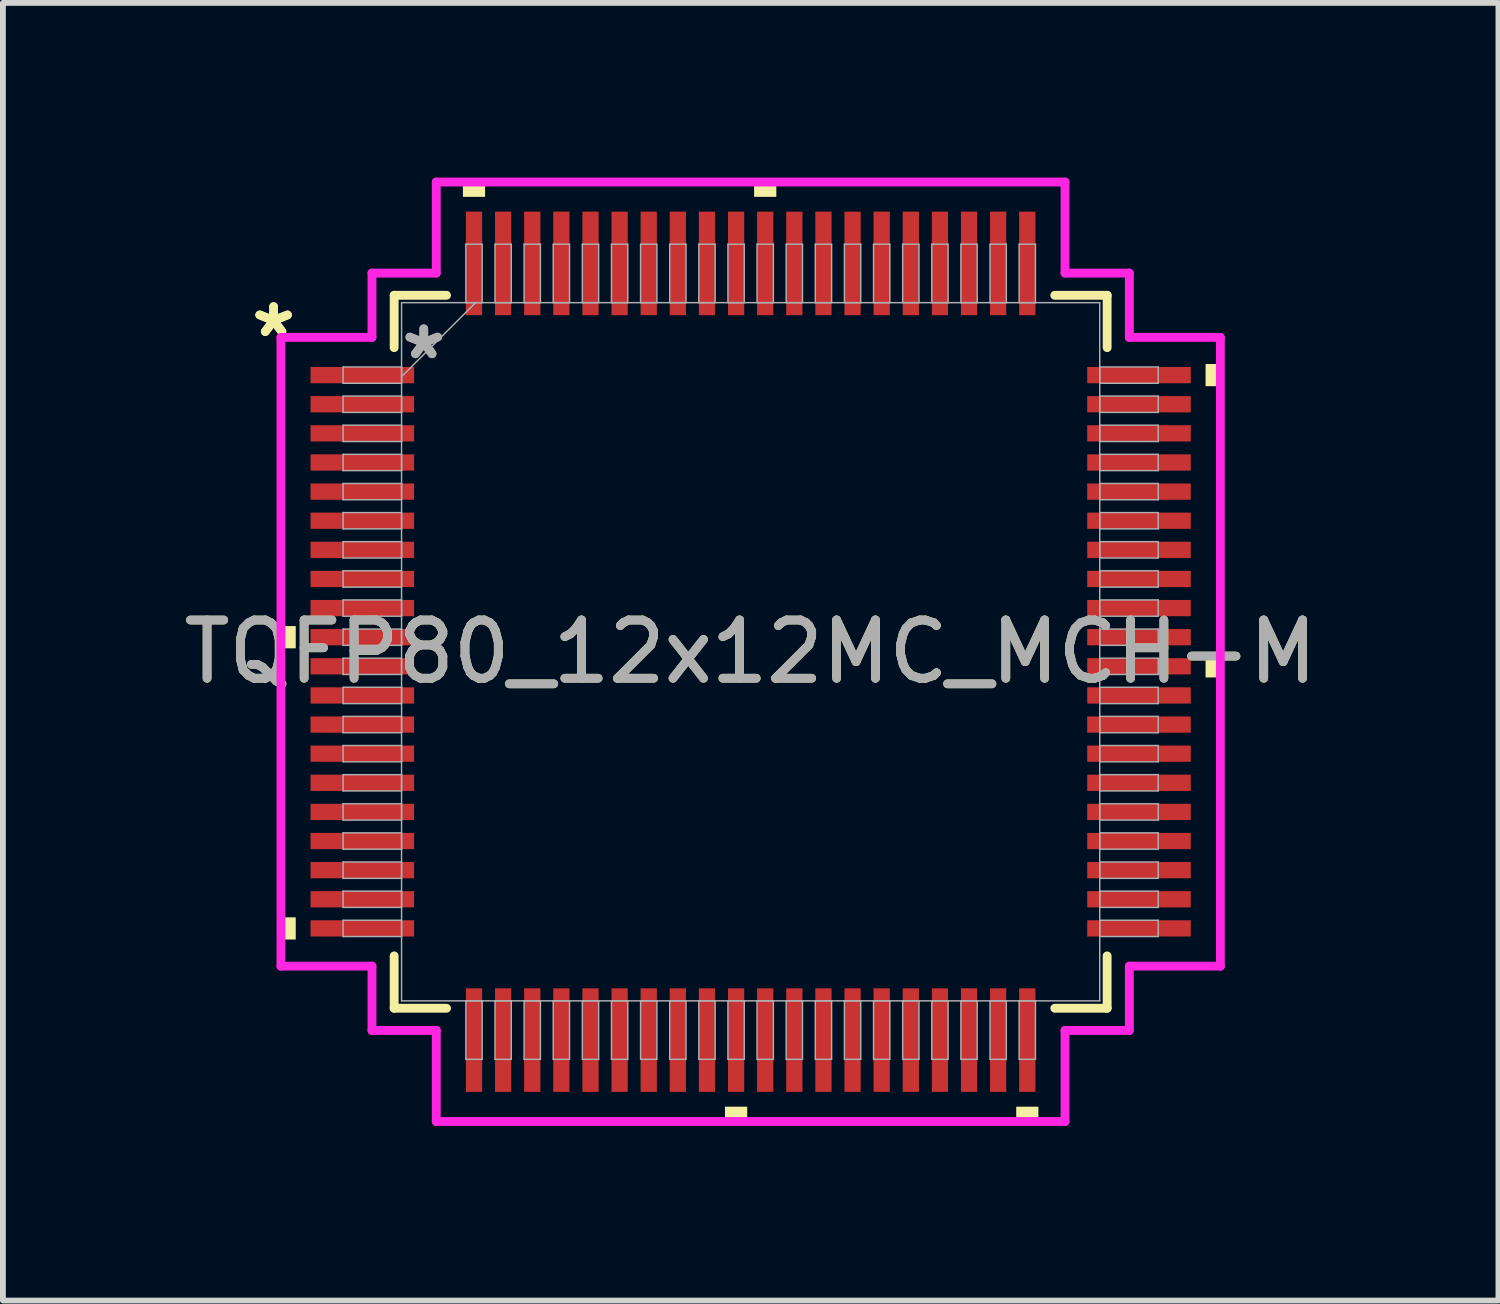
<source format=kicad_pcb>
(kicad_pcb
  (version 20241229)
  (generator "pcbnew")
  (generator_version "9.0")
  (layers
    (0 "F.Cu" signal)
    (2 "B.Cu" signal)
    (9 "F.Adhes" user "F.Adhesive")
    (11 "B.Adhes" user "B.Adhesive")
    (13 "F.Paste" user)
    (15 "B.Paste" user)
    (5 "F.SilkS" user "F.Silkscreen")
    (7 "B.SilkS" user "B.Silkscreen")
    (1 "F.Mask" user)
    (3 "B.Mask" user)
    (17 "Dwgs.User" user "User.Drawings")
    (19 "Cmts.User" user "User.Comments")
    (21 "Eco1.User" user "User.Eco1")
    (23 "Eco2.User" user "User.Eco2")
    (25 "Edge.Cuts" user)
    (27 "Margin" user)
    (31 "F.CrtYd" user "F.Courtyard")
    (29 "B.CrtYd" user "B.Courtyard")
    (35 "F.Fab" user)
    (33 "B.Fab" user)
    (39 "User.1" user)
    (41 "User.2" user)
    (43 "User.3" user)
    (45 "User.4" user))
  (footprint "TQFP80_12x12MC_MCH-M"
    (layer "F.Cu")
    (at 9.839 8.141)
    (property "Reference" "TQFP80_12x12MC_MCH-M" (at 0 0 0) (unlocked yes) (layer "F.SilkS") (effects (font (size 1 1) (thickness 0.15))))
    (attr smd)
    (fp_line (start -6.121 -6.121) (end -6.121 -5.222) (stroke (width 0.152) (type solid)) (layer "F.SilkS"))
    (fp_line (start -6.121 5.222) (end -6.121 6.121) (stroke (width 0.152) (type solid)) (layer "F.SilkS"))
    (fp_line (start -6.121 6.121) (end -5.222 6.121) (stroke (width 0.152) (type solid)) (layer "F.SilkS"))
    (fp_line (start -5.222 -6.121) (end -6.121 -6.121) (stroke (width 0.152) (type solid)) (layer "F.SilkS"))
    (fp_line (start 5.222 6.121) (end 6.121 6.121) (stroke (width 0.152) (type solid)) (layer "F.SilkS"))
    (fp_line (start 6.121 -6.121) (end 5.222 -6.121) (stroke (width 0.152) (type solid)) (layer "F.SilkS"))
    (fp_line (start 6.121 -5.222) (end 6.121 -6.121) (stroke (width 0.152) (type solid)) (layer "F.SilkS"))
    (fp_line (start 6.121 6.121) (end 6.121 5.222) (stroke (width 0.152) (type solid)) (layer "F.SilkS"))
    (fp_poly (pts (xy -8.065 -0.441) (xy -8.065 -0.059) (xy -7.811 -0.059) (xy -7.811 -0.441)) (stroke (width 0) (type solid)) (fill yes) (layer "F.SilkS"))
    (fp_poly (pts (xy -8.065 4.56) (xy -8.065 4.941) (xy -7.811 4.941) (xy -7.811 4.56)) (stroke (width 0) (type solid)) (fill yes) (layer "F.SilkS"))
    (fp_poly (pts (xy -4.941 -7.811) (xy -4.941 -8.065) (xy -4.56 -8.065) (xy -4.56 -7.811)) (stroke (width 0) (type solid)) (fill yes) (layer "F.SilkS"))
    (fp_poly (pts (xy -0.441 7.811) (xy -0.441 8.065) (xy -0.059 8.065) (xy -0.059 7.811)) (stroke (width 0) (type solid)) (fill yes) (layer "F.SilkS"))
    (fp_poly (pts (xy 0.059 -7.811) (xy 0.059 -8.065) (xy 0.441 -8.065) (xy 0.441 -7.811)) (stroke (width 0) (type solid)) (fill yes) (layer "F.SilkS"))
    (fp_poly (pts (xy 4.56 7.811) (xy 4.56 8.065) (xy 4.941 8.065) (xy 4.941 7.811)) (stroke (width 0) (type solid)) (fill yes) (layer "F.SilkS"))
    (fp_poly (pts (xy 8.065 -4.941) (xy 8.065 -4.56) (xy 7.811 -4.56) (xy 7.811 -4.941)) (stroke (width 0) (type solid)) (fill yes) (layer "F.SilkS"))
    (fp_poly (pts (xy 8.065 0.059) (xy 8.065 0.441) (xy 7.811 0.441) (xy 7.811 0.059)) (stroke (width 0) (type solid)) (fill yes) (layer "F.SilkS"))
    (fp_line (start -8.065 -5.398) (end -6.502 -5.398) (stroke (width 0.152) (type solid)) (layer "F.CrtYd"))
    (fp_line (start -8.065 5.398) (end -8.065 -5.398) (stroke (width 0.152) (type solid)) (layer "F.CrtYd"))
    (fp_line (start -6.502 -6.502) (end -5.398 -6.502) (stroke (width 0.152) (type solid)) (layer "F.CrtYd"))
    (fp_line (start -6.502 -5.398) (end -6.502 -6.502) (stroke (width 0.152) (type solid)) (layer "F.CrtYd"))
    (fp_line (start -6.502 5.398) (end -8.065 5.398) (stroke (width 0.152) (type solid)) (layer "F.CrtYd"))
    (fp_line (start -6.502 6.502) (end -6.502 5.398) (stroke (width 0.152) (type solid)) (layer "F.CrtYd"))
    (fp_line (start -6.502 6.502) (end -5.398 6.502) (stroke (width 0.152) (type solid)) (layer "F.CrtYd"))
    (fp_line (start -5.398 -8.065) (end 5.398 -8.065) (stroke (width 0.152) (type solid)) (layer "F.CrtYd"))
    (fp_line (start -5.398 -6.502) (end -5.398 -8.065) (stroke (width 0.152) (type solid)) (layer "F.CrtYd"))
    (fp_line (start -5.398 6.502) (end -5.398 8.065) (stroke (width 0.152) (type solid)) (layer "F.CrtYd"))
    (fp_line (start -5.398 8.065) (end 5.398 8.065) (stroke (width 0.152) (type solid)) (layer "F.CrtYd"))
    (fp_line (start 5.398 -8.065) (end 5.398 -6.502) (stroke (width 0.152) (type solid)) (layer "F.CrtYd"))
    (fp_line (start 5.398 -6.502) (end 6.502 -6.502) (stroke (width 0.152) (type solid)) (layer "F.CrtYd"))
    (fp_line (start 5.398 6.502) (end 6.502 6.502) (stroke (width 0.152) (type solid)) (layer "F.CrtYd"))
    (fp_line (start 5.398 8.065) (end 5.398 6.502) (stroke (width 0.152) (type solid)) (layer "F.CrtYd"))
    (fp_line (start 6.502 -5.398) (end 6.502 -6.502) (stroke (width 0.152) (type solid)) (layer "F.CrtYd"))
    (fp_line (start 6.502 5.398) (end 8.065 5.398) (stroke (width 0.152) (type solid)) (layer "F.CrtYd"))
    (fp_line (start 6.502 6.502) (end 6.502 5.398) (stroke (width 0.152) (type solid)) (layer "F.CrtYd"))
    (fp_line (start 8.065 -5.398) (end 6.502 -5.398) (stroke (width 0.152) (type solid)) (layer "F.CrtYd"))
    (fp_line (start 8.065 5.398) (end 8.065 -5.398) (stroke (width 0.152) (type solid)) (layer "F.CrtYd"))
    (fp_line (start -6.998 -4.89) (end -6.998 -4.61) (stroke (width 0.025) (type solid)) (layer "F.Fab"))
    (fp_line (start -6.998 -4.61) (end -5.994 -4.61) (stroke (width 0.025) (type solid)) (layer "F.Fab"))
    (fp_line (start -6.998 -4.39) (end -6.998 -4.11) (stroke (width 0.025) (type solid)) (layer "F.Fab"))
    (fp_line (start -6.998 -4.11) (end -5.994 -4.11) (stroke (width 0.025) (type solid)) (layer "F.Fab"))
    (fp_line (start -6.998 -3.89) (end -6.998 -3.61) (stroke (width 0.025) (type solid)) (layer "F.Fab"))
    (fp_line (start -6.998 -3.61) (end -5.994 -3.61) (stroke (width 0.025) (type solid)) (layer "F.Fab"))
    (fp_line (start -6.998 -3.39) (end -6.998 -3.11) (stroke (width 0.025) (type solid)) (layer "F.Fab"))
    (fp_line (start -6.998 -3.11) (end -5.994 -3.11) (stroke (width 0.025) (type solid)) (layer "F.Fab"))
    (fp_line (start -6.998 -2.89) (end -6.998 -2.61) (stroke (width 0.025) (type solid)) (layer "F.Fab"))
    (fp_line (start -6.998 -2.61) (end -5.994 -2.61) (stroke (width 0.025) (type solid)) (layer "F.Fab"))
    (fp_line (start -6.998 -2.39) (end -6.998 -2.11) (stroke (width 0.025) (type solid)) (layer "F.Fab"))
    (fp_line (start -6.998 -2.11) (end -5.994 -2.11) (stroke (width 0.025) (type solid)) (layer "F.Fab"))
    (fp_line (start -6.998 -1.89) (end -6.998 -1.61) (stroke (width 0.025) (type solid)) (layer "F.Fab"))
    (fp_line (start -6.998 -1.61) (end -5.994 -1.61) (stroke (width 0.025) (type solid)) (layer "F.Fab"))
    (fp_line (start -6.998 -1.39) (end -6.998 -1.11) (stroke (width 0.025) (type solid)) (layer "F.Fab"))
    (fp_line (start -6.998 -1.11) (end -5.994 -1.11) (stroke (width 0.025) (type solid)) (layer "F.Fab"))
    (fp_line (start -6.998 -0.89) (end -6.998 -0.61) (stroke (width 0.025) (type solid)) (layer "F.Fab"))
    (fp_line (start -6.998 -0.61) (end -5.994 -0.61) (stroke (width 0.025) (type solid)) (layer "F.Fab"))
    (fp_line (start -6.998 -0.39) (end -6.998 -0.11) (stroke (width 0.025) (type solid)) (layer "F.Fab"))
    (fp_line (start -6.998 -0.11) (end -5.994 -0.11) (stroke (width 0.025) (type solid)) (layer "F.Fab"))
    (fp_line (start -6.998 0.11) (end -6.998 0.39) (stroke (width 0.025) (type solid)) (layer "F.Fab"))
    (fp_line (start -6.998 0.39) (end -5.994 0.39) (stroke (width 0.025) (type solid)) (layer "F.Fab"))
    (fp_line (start -6.998 0.61) (end -6.998 0.89) (stroke (width 0.025) (type solid)) (layer "F.Fab"))
    (fp_line (start -6.998 0.89) (end -5.994 0.89) (stroke (width 0.025) (type solid)) (layer "F.Fab"))
    (fp_line (start -6.998 1.11) (end -6.998 1.39) (stroke (width 0.025) (type solid)) (layer "F.Fab"))
    (fp_line (start -6.998 1.39) (end -5.994 1.39) (stroke (width 0.025) (type solid)) (layer "F.Fab"))
    (fp_line (start -6.998 1.61) (end -6.998 1.89) (stroke (width 0.025) (type solid)) (layer "F.Fab"))
    (fp_line (start -6.998 1.89) (end -5.994 1.89) (stroke (width 0.025) (type solid)) (layer "F.Fab"))
    (fp_line (start -6.998 2.11) (end -6.998 2.39) (stroke (width 0.025) (type solid)) (layer "F.Fab"))
    (fp_line (start -6.998 2.39) (end -5.994 2.39) (stroke (width 0.025) (type solid)) (layer "F.Fab"))
    (fp_line (start -6.998 2.61) (end -6.998 2.89) (stroke (width 0.025) (type solid)) (layer "F.Fab"))
    (fp_line (start -6.998 2.89) (end -5.994 2.89) (stroke (width 0.025) (type solid)) (layer "F.Fab"))
    (fp_line (start -6.998 3.11) (end -6.998 3.39) (stroke (width 0.025) (type solid)) (layer "F.Fab"))
    (fp_line (start -6.998 3.39) (end -5.994 3.39) (stroke (width 0.025) (type solid)) (layer "F.Fab"))
    (fp_line (start -6.998 3.61) (end -6.998 3.89) (stroke (width 0.025) (type solid)) (layer "F.Fab"))
    (fp_line (start -6.998 3.89) (end -5.994 3.89) (stroke (width 0.025) (type solid)) (layer "F.Fab"))
    (fp_line (start -6.998 4.11) (end -6.998 4.39) (stroke (width 0.025) (type solid)) (layer "F.Fab"))
    (fp_line (start -6.998 4.39) (end -5.994 4.39) (stroke (width 0.025) (type solid)) (layer "F.Fab"))
    (fp_line (start -6.998 4.61) (end -6.998 4.89) (stroke (width 0.025) (type solid)) (layer "F.Fab"))
    (fp_line (start -6.998 4.89) (end -5.994 4.89) (stroke (width 0.025) (type solid)) (layer "F.Fab"))
    (fp_line (start -5.994 -5.994) (end -5.994 5.994) (stroke (width 0.025) (type solid)) (layer "F.Fab"))
    (fp_line (start -5.994 -4.89) (end -6.998 -4.89) (stroke (width 0.025) (type solid)) (layer "F.Fab"))
    (fp_line (start -5.994 -4.724) (end -4.724 -5.994) (stroke (width 0.025) (type solid)) (layer "F.Fab"))
    (fp_line (start -5.994 -4.61) (end -5.994 -4.89) (stroke (width 0.025) (type solid)) (layer "F.Fab"))
    (fp_line (start -5.994 -4.39) (end -6.998 -4.39) (stroke (width 0.025) (type solid)) (layer "F.Fab"))
    (fp_line (start -5.994 -4.11) (end -5.994 -4.39) (stroke (width 0.025) (type solid)) (layer "F.Fab"))
    (fp_line (start -5.994 -3.89) (end -6.998 -3.89) (stroke (width 0.025) (type solid)) (layer "F.Fab"))
    (fp_line (start -5.994 -3.61) (end -5.994 -3.89) (stroke (width 0.025) (type solid)) (layer "F.Fab"))
    (fp_line (start -5.994 -3.39) (end -6.998 -3.39) (stroke (width 0.025) (type solid)) (layer "F.Fab"))
    (fp_line (start -5.994 -3.11) (end -5.994 -3.39) (stroke (width 0.025) (type solid)) (layer "F.Fab"))
    (fp_line (start -5.994 -2.89) (end -6.998 -2.89) (stroke (width 0.025) (type solid)) (layer "F.Fab"))
    (fp_line (start -5.994 -2.61) (end -5.994 -2.89) (stroke (width 0.025) (type solid)) (layer "F.Fab"))
    (fp_line (start -5.994 -2.39) (end -6.998 -2.39) (stroke (width 0.025) (type solid)) (layer "F.Fab"))
    (fp_line (start -5.994 -2.11) (end -5.994 -2.39) (stroke (width 0.025) (type solid)) (layer "F.Fab"))
    (fp_line (start -5.994 -1.89) (end -6.998 -1.89) (stroke (width 0.025) (type solid)) (layer "F.Fab"))
    (fp_line (start -5.994 -1.61) (end -5.994 -1.89) (stroke (width 0.025) (type solid)) (layer "F.Fab"))
    (fp_line (start -5.994 -1.39) (end -6.998 -1.39) (stroke (width 0.025) (type solid)) (layer "F.Fab"))
    (fp_line (start -5.994 -1.11) (end -5.994 -1.39) (stroke (width 0.025) (type solid)) (layer "F.Fab"))
    (fp_line (start -5.994 -0.89) (end -6.998 -0.89) (stroke (width 0.025) (type solid)) (layer "F.Fab"))
    (fp_line (start -5.994 -0.61) (end -5.994 -0.89) (stroke (width 0.025) (type solid)) (layer "F.Fab"))
    (fp_line (start -5.994 -0.39) (end -6.998 -0.39) (stroke (width 0.025) (type solid)) (layer "F.Fab"))
    (fp_line (start -5.994 -0.11) (end -5.994 -0.39) (stroke (width 0.025) (type solid)) (layer "F.Fab"))
    (fp_line (start -5.994 0.11) (end -6.998 0.11) (stroke (width 0.025) (type solid)) (layer "F.Fab"))
    (fp_line (start -5.994 0.39) (end -5.994 0.11) (stroke (width 0.025) (type solid)) (layer "F.Fab"))
    (fp_line (start -5.994 0.61) (end -6.998 0.61) (stroke (width 0.025) (type solid)) (layer "F.Fab"))
    (fp_line (start -5.994 0.89) (end -5.994 0.61) (stroke (width 0.025) (type solid)) (layer "F.Fab"))
    (fp_line (start -5.994 1.11) (end -6.998 1.11) (stroke (width 0.025) (type solid)) (layer "F.Fab"))
    (fp_line (start -5.994 1.39) (end -5.994 1.11) (stroke (width 0.025) (type solid)) (layer "F.Fab"))
    (fp_line (start -5.994 1.61) (end -6.998 1.61) (stroke (width 0.025) (type solid)) (layer "F.Fab"))
    (fp_line (start -5.994 1.89) (end -5.994 1.61) (stroke (width 0.025) (type solid)) (layer "F.Fab"))
    (fp_line (start -5.994 2.11) (end -6.998 2.11) (stroke (width 0.025) (type solid)) (layer "F.Fab"))
    (fp_line (start -5.994 2.39) (end -5.994 2.11) (stroke (width 0.025) (type solid)) (layer "F.Fab"))
    (fp_line (start -5.994 2.61) (end -6.998 2.61) (stroke (width 0.025) (type solid)) (layer "F.Fab"))
    (fp_line (start -5.994 2.89) (end -5.994 2.61) (stroke (width 0.025) (type solid)) (layer "F.Fab"))
    (fp_line (start -5.994 3.11) (end -6.998 3.11) (stroke (width 0.025) (type solid)) (layer "F.Fab"))
    (fp_line (start -5.994 3.39) (end -5.994 3.11) (stroke (width 0.025) (type solid)) (layer "F.Fab"))
    (fp_line (start -5.994 3.61) (end -6.998 3.61) (stroke (width 0.025) (type solid)) (layer "F.Fab"))
    (fp_line (start -5.994 3.89) (end -5.994 3.61) (stroke (width 0.025) (type solid)) (layer "F.Fab"))
    (fp_line (start -5.994 4.11) (end -6.998 4.11) (stroke (width 0.025) (type solid)) (layer "F.Fab"))
    (fp_line (start -5.994 4.39) (end -5.994 4.11) (stroke (width 0.025) (type solid)) (layer "F.Fab"))
    (fp_line (start -5.994 4.61) (end -6.998 4.61) (stroke (width 0.025) (type solid)) (layer "F.Fab"))
    (fp_line (start -5.994 4.89) (end -5.994 4.61) (stroke (width 0.025) (type solid)) (layer "F.Fab"))
    (fp_line (start -5.994 5.994) (end 5.994 5.994) (stroke (width 0.025) (type solid)) (layer "F.Fab"))
    (fp_line (start -4.89 -6.998) (end -4.89 -5.994) (stroke (width 0.025) (type solid)) (layer "F.Fab"))
    (fp_line (start -4.89 -5.994) (end -4.61 -5.994) (stroke (width 0.025) (type solid)) (layer "F.Fab"))
    (fp_line (start -4.89 5.994) (end -4.89 6.998) (stroke (width 0.025) (type solid)) (layer "F.Fab"))
    (fp_line (start -4.89 6.998) (end -4.61 6.998) (stroke (width 0.025) (type solid)) (layer "F.Fab"))
    (fp_line (start -4.61 -6.998) (end -4.89 -6.998) (stroke (width 0.025) (type solid)) (layer "F.Fab"))
    (fp_line (start -4.61 -5.994) (end -4.61 -6.998) (stroke (width 0.025) (type solid)) (layer "F.Fab"))
    (fp_line (start -4.61 5.994) (end -4.89 5.994) (stroke (width 0.025) (type solid)) (layer "F.Fab"))
    (fp_line (start -4.61 6.998) (end -4.61 5.994) (stroke (width 0.025) (type solid)) (layer "F.Fab"))
    (fp_line (start -4.39 -6.998) (end -4.39 -5.994) (stroke (width 0.025) (type solid)) (layer "F.Fab"))
    (fp_line (start -4.39 -5.994) (end -4.11 -5.994) (stroke (width 0.025) (type solid)) (layer "F.Fab"))
    (fp_line (start -4.39 5.994) (end -4.39 6.998) (stroke (width 0.025) (type solid)) (layer "F.Fab"))
    (fp_line (start -4.39 6.998) (end -4.11 6.998) (stroke (width 0.025) (type solid)) (layer "F.Fab"))
    (fp_line (start -4.11 -6.998) (end -4.39 -6.998) (stroke (width 0.025) (type solid)) (layer "F.Fab"))
    (fp_line (start -4.11 -5.994) (end -4.11 -6.998) (stroke (width 0.025) (type solid)) (layer "F.Fab"))
    (fp_line (start -4.11 5.994) (end -4.39 5.994) (stroke (width 0.025) (type solid)) (layer "F.Fab"))
    (fp_line (start -4.11 6.998) (end -4.11 5.994) (stroke (width 0.025) (type solid)) (layer "F.Fab"))
    (fp_line (start -3.89 -6.998) (end -3.89 -5.994) (stroke (width 0.025) (type solid)) (layer "F.Fab"))
    (fp_line (start -3.89 -5.994) (end -3.61 -5.994) (stroke (width 0.025) (type solid)) (layer "F.Fab"))
    (fp_line (start -3.89 5.994) (end -3.89 6.998) (stroke (width 0.025) (type solid)) (layer "F.Fab"))
    (fp_line (start -3.89 6.998) (end -3.61 6.998) (stroke (width 0.025) (type solid)) (layer "F.Fab"))
    (fp_line (start -3.61 -6.998) (end -3.89 -6.998) (stroke (width 0.025) (type solid)) (layer "F.Fab"))
    (fp_line (start -3.61 -5.994) (end -3.61 -6.998) (stroke (width 0.025) (type solid)) (layer "F.Fab"))
    (fp_line (start -3.61 5.994) (end -3.89 5.994) (stroke (width 0.025) (type solid)) (layer "F.Fab"))
    (fp_line (start -3.61 6.998) (end -3.61 5.994) (stroke (width 0.025) (type solid)) (layer "F.Fab"))
    (fp_line (start -3.39 -6.998) (end -3.39 -5.994) (stroke (width 0.025) (type solid)) (layer "F.Fab"))
    (fp_line (start -3.39 -5.994) (end -3.11 -5.994) (stroke (width 0.025) (type solid)) (layer "F.Fab"))
    (fp_line (start -3.39 5.994) (end -3.39 6.998) (stroke (width 0.025) (type solid)) (layer "F.Fab"))
    (fp_line (start -3.39 6.998) (end -3.11 6.998) (stroke (width 0.025) (type solid)) (layer "F.Fab"))
    (fp_line (start -3.11 -6.998) (end -3.39 -6.998) (stroke (width 0.025) (type solid)) (layer "F.Fab"))
    (fp_line (start -3.11 -5.994) (end -3.11 -6.998) (stroke (width 0.025) (type solid)) (layer "F.Fab"))
    (fp_line (start -3.11 5.994) (end -3.39 5.994) (stroke (width 0.025) (type solid)) (layer "F.Fab"))
    (fp_line (start -3.11 6.998) (end -3.11 5.994) (stroke (width 0.025) (type solid)) (layer "F.Fab"))
    (fp_line (start -2.89 -6.998) (end -2.89 -5.994) (stroke (width 0.025) (type solid)) (layer "F.Fab"))
    (fp_line (start -2.89 -5.994) (end -2.61 -5.994) (stroke (width 0.025) (type solid)) (layer "F.Fab"))
    (fp_line (start -2.89 5.994) (end -2.89 6.998) (stroke (width 0.025) (type solid)) (layer "F.Fab"))
    (fp_line (start -2.89 6.998) (end -2.61 6.998) (stroke (width 0.025) (type solid)) (layer "F.Fab"))
    (fp_line (start -2.61 -6.998) (end -2.89 -6.998) (stroke (width 0.025) (type solid)) (layer "F.Fab"))
    (fp_line (start -2.61 -5.994) (end -2.61 -6.998) (stroke (width 0.025) (type solid)) (layer "F.Fab"))
    (fp_line (start -2.61 5.994) (end -2.89 5.994) (stroke (width 0.025) (type solid)) (layer "F.Fab"))
    (fp_line (start -2.61 6.998) (end -2.61 5.994) (stroke (width 0.025) (type solid)) (layer "F.Fab"))
    (fp_line (start -2.39 -6.998) (end -2.39 -5.994) (stroke (width 0.025) (type solid)) (layer "F.Fab"))
    (fp_line (start -2.39 -5.994) (end -2.11 -5.994) (stroke (width 0.025) (type solid)) (layer "F.Fab"))
    (fp_line (start -2.39 5.994) (end -2.39 6.998) (stroke (width 0.025) (type solid)) (layer "F.Fab"))
    (fp_line (start -2.39 6.998) (end -2.11 6.998) (stroke (width 0.025) (type solid)) (layer "F.Fab"))
    (fp_line (start -2.11 -6.998) (end -2.39 -6.998) (stroke (width 0.025) (type solid)) (layer "F.Fab"))
    (fp_line (start -2.11 -5.994) (end -2.11 -6.998) (stroke (width 0.025) (type solid)) (layer "F.Fab"))
    (fp_line (start -2.11 5.994) (end -2.39 5.994) (stroke (width 0.025) (type solid)) (layer "F.Fab"))
    (fp_line (start -2.11 6.998) (end -2.11 5.994) (stroke (width 0.025) (type solid)) (layer "F.Fab"))
    (fp_line (start -1.89 -6.998) (end -1.89 -5.994) (stroke (width 0.025) (type solid)) (layer "F.Fab"))
    (fp_line (start -1.89 -5.994) (end -1.61 -5.994) (stroke (width 0.025) (type solid)) (layer "F.Fab"))
    (fp_line (start -1.89 5.994) (end -1.89 6.998) (stroke (width 0.025) (type solid)) (layer "F.Fab"))
    (fp_line (start -1.89 6.998) (end -1.61 6.998) (stroke (width 0.025) (type solid)) (layer "F.Fab"))
    (fp_line (start -1.61 -6.998) (end -1.89 -6.998) (stroke (width 0.025) (type solid)) (layer "F.Fab"))
    (fp_line (start -1.61 -5.994) (end -1.61 -6.998) (stroke (width 0.025) (type solid)) (layer "F.Fab"))
    (fp_line (start -1.61 5.994) (end -1.89 5.994) (stroke (width 0.025) (type solid)) (layer "F.Fab"))
    (fp_line (start -1.61 6.998) (end -1.61 5.994) (stroke (width 0.025) (type solid)) (layer "F.Fab"))
    (fp_line (start -1.39 -6.998) (end -1.39 -5.994) (stroke (width 0.025) (type solid)) (layer "F.Fab"))
    (fp_line (start -1.39 -5.994) (end -1.11 -5.994) (stroke (width 0.025) (type solid)) (layer "F.Fab"))
    (fp_line (start -1.39 5.994) (end -1.39 6.998) (stroke (width 0.025) (type solid)) (layer "F.Fab"))
    (fp_line (start -1.39 6.998) (end -1.11 6.998) (stroke (width 0.025) (type solid)) (layer "F.Fab"))
    (fp_line (start -1.11 -6.998) (end -1.39 -6.998) (stroke (width 0.025) (type solid)) (layer "F.Fab"))
    (fp_line (start -1.11 -5.994) (end -1.11 -6.998) (stroke (width 0.025) (type solid)) (layer "F.Fab"))
    (fp_line (start -1.11 5.994) (end -1.39 5.994) (stroke (width 0.025) (type solid)) (layer "F.Fab"))
    (fp_line (start -1.11 6.998) (end -1.11 5.994) (stroke (width 0.025) (type solid)) (layer "F.Fab"))
    (fp_line (start -0.89 -6.998) (end -0.89 -5.994) (stroke (width 0.025) (type solid)) (layer "F.Fab"))
    (fp_line (start -0.89 -5.994) (end -0.61 -5.994) (stroke (width 0.025) (type solid)) (layer "F.Fab"))
    (fp_line (start -0.89 5.994) (end -0.89 6.998) (stroke (width 0.025) (type solid)) (layer "F.Fab"))
    (fp_line (start -0.89 6.998) (end -0.61 6.998) (stroke (width 0.025) (type solid)) (layer "F.Fab"))
    (fp_line (start -0.61 -6.998) (end -0.89 -6.998) (stroke (width 0.025) (type solid)) (layer "F.Fab"))
    (fp_line (start -0.61 -5.994) (end -0.61 -6.998) (stroke (width 0.025) (type solid)) (layer "F.Fab"))
    (fp_line (start -0.61 5.994) (end -0.89 5.994) (stroke (width 0.025) (type solid)) (layer "F.Fab"))
    (fp_line (start -0.61 6.998) (end -0.61 5.994) (stroke (width 0.025) (type solid)) (layer "F.Fab"))
    (fp_line (start -0.39 -6.998) (end -0.39 -5.994) (stroke (width 0.025) (type solid)) (layer "F.Fab"))
    (fp_line (start -0.39 -5.994) (end -0.11 -5.994) (stroke (width 0.025) (type solid)) (layer "F.Fab"))
    (fp_line (start -0.39 5.994) (end -0.39 6.998) (stroke (width 0.025) (type solid)) (layer "F.Fab"))
    (fp_line (start -0.39 6.998) (end -0.11 6.998) (stroke (width 0.025) (type solid)) (layer "F.Fab"))
    (fp_line (start -0.11 -6.998) (end -0.39 -6.998) (stroke (width 0.025) (type solid)) (layer "F.Fab"))
    (fp_line (start -0.11 -5.994) (end -0.11 -6.998) (stroke (width 0.025) (type solid)) (layer "F.Fab"))
    (fp_line (start -0.11 5.994) (end -0.39 5.994) (stroke (width 0.025) (type solid)) (layer "F.Fab"))
    (fp_line (start -0.11 6.998) (end -0.11 5.994) (stroke (width 0.025) (type solid)) (layer "F.Fab"))
    (fp_line (start 0.11 -6.998) (end 0.11 -5.994) (stroke (width 0.025) (type solid)) (layer "F.Fab"))
    (fp_line (start 0.11 -5.994) (end 0.39 -5.994) (stroke (width 0.025) (type solid)) (layer "F.Fab"))
    (fp_line (start 0.11 5.994) (end 0.11 6.998) (stroke (width 0.025) (type solid)) (layer "F.Fab"))
    (fp_line (start 0.11 6.998) (end 0.39 6.998) (stroke (width 0.025) (type solid)) (layer "F.Fab"))
    (fp_line (start 0.39 -6.998) (end 0.11 -6.998) (stroke (width 0.025) (type solid)) (layer "F.Fab"))
    (fp_line (start 0.39 -5.994) (end 0.39 -6.998) (stroke (width 0.025) (type solid)) (layer "F.Fab"))
    (fp_line (start 0.39 5.994) (end 0.11 5.994) (stroke (width 0.025) (type solid)) (layer "F.Fab"))
    (fp_line (start 0.39 6.998) (end 0.39 5.994) (stroke (width 0.025) (type solid)) (layer "F.Fab"))
    (fp_line (start 0.61 -6.998) (end 0.61 -5.994) (stroke (width 0.025) (type solid)) (layer "F.Fab"))
    (fp_line (start 0.61 -5.994) (end 0.89 -5.994) (stroke (width 0.025) (type solid)) (layer "F.Fab"))
    (fp_line (start 0.61 5.994) (end 0.61 6.998) (stroke (width 0.025) (type solid)) (layer "F.Fab"))
    (fp_line (start 0.61 6.998) (end 0.89 6.998) (stroke (width 0.025) (type solid)) (layer "F.Fab"))
    (fp_line (start 0.89 -6.998) (end 0.61 -6.998) (stroke (width 0.025) (type solid)) (layer "F.Fab"))
    (fp_line (start 0.89 -5.994) (end 0.89 -6.998) (stroke (width 0.025) (type solid)) (layer "F.Fab"))
    (fp_line (start 0.89 5.994) (end 0.61 5.994) (stroke (width 0.025) (type solid)) (layer "F.Fab"))
    (fp_line (start 0.89 6.998) (end 0.89 5.994) (stroke (width 0.025) (type solid)) (layer "F.Fab"))
    (fp_line (start 1.11 -6.998) (end 1.11 -5.994) (stroke (width 0.025) (type solid)) (layer "F.Fab"))
    (fp_line (start 1.11 -5.994) (end 1.39 -5.994) (stroke (width 0.025) (type solid)) (layer "F.Fab"))
    (fp_line (start 1.11 5.994) (end 1.11 6.998) (stroke (width 0.025) (type solid)) (layer "F.Fab"))
    (fp_line (start 1.11 6.998) (end 1.39 6.998) (stroke (width 0.025) (type solid)) (layer "F.Fab"))
    (fp_line (start 1.39 -6.998) (end 1.11 -6.998) (stroke (width 0.025) (type solid)) (layer "F.Fab"))
    (fp_line (start 1.39 -5.994) (end 1.39 -6.998) (stroke (width 0.025) (type solid)) (layer "F.Fab"))
    (fp_line (start 1.39 5.994) (end 1.11 5.994) (stroke (width 0.025) (type solid)) (layer "F.Fab"))
    (fp_line (start 1.39 6.998) (end 1.39 5.994) (stroke (width 0.025) (type solid)) (layer "F.Fab"))
    (fp_line (start 1.61 -6.998) (end 1.61 -5.994) (stroke (width 0.025) (type solid)) (layer "F.Fab"))
    (fp_line (start 1.61 -5.994) (end 1.89 -5.994) (stroke (width 0.025) (type solid)) (layer "F.Fab"))
    (fp_line (start 1.61 5.994) (end 1.61 6.998) (stroke (width 0.025) (type solid)) (layer "F.Fab"))
    (fp_line (start 1.61 6.998) (end 1.89 6.998) (stroke (width 0.025) (type solid)) (layer "F.Fab"))
    (fp_line (start 1.89 -6.998) (end 1.61 -6.998) (stroke (width 0.025) (type solid)) (layer "F.Fab"))
    (fp_line (start 1.89 -5.994) (end 1.89 -6.998) (stroke (width 0.025) (type solid)) (layer "F.Fab"))
    (fp_line (start 1.89 5.994) (end 1.61 5.994) (stroke (width 0.025) (type solid)) (layer "F.Fab"))
    (fp_line (start 1.89 6.998) (end 1.89 5.994) (stroke (width 0.025) (type solid)) (layer "F.Fab"))
    (fp_line (start 2.11 -6.998) (end 2.11 -5.994) (stroke (width 0.025) (type solid)) (layer "F.Fab"))
    (fp_line (start 2.11 -5.994) (end 2.39 -5.994) (stroke (width 0.025) (type solid)) (layer "F.Fab"))
    (fp_line (start 2.11 5.994) (end 2.11 6.998) (stroke (width 0.025) (type solid)) (layer "F.Fab"))
    (fp_line (start 2.11 6.998) (end 2.39 6.998) (stroke (width 0.025) (type solid)) (layer "F.Fab"))
    (fp_line (start 2.39 -6.998) (end 2.11 -6.998) (stroke (width 0.025) (type solid)) (layer "F.Fab"))
    (fp_line (start 2.39 -5.994) (end 2.39 -6.998) (stroke (width 0.025) (type solid)) (layer "F.Fab"))
    (fp_line (start 2.39 5.994) (end 2.11 5.994) (stroke (width 0.025) (type solid)) (layer "F.Fab"))
    (fp_line (start 2.39 6.998) (end 2.39 5.994) (stroke (width 0.025) (type solid)) (layer "F.Fab"))
    (fp_line (start 2.61 -6.998) (end 2.61 -5.994) (stroke (width 0.025) (type solid)) (layer "F.Fab"))
    (fp_line (start 2.61 -5.994) (end 2.89 -5.994) (stroke (width 0.025) (type solid)) (layer "F.Fab"))
    (fp_line (start 2.61 5.994) (end 2.61 6.998) (stroke (width 0.025) (type solid)) (layer "F.Fab"))
    (fp_line (start 2.61 6.998) (end 2.89 6.998) (stroke (width 0.025) (type solid)) (layer "F.Fab"))
    (fp_line (start 2.89 -6.998) (end 2.61 -6.998) (stroke (width 0.025) (type solid)) (layer "F.Fab"))
    (fp_line (start 2.89 -5.994) (end 2.89 -6.998) (stroke (width 0.025) (type solid)) (layer "F.Fab"))
    (fp_line (start 2.89 5.994) (end 2.61 5.994) (stroke (width 0.025) (type solid)) (layer "F.Fab"))
    (fp_line (start 2.89 6.998) (end 2.89 5.994) (stroke (width 0.025) (type solid)) (layer "F.Fab"))
    (fp_line (start 3.11 -6.998) (end 3.11 -5.994) (stroke (width 0.025) (type solid)) (layer "F.Fab"))
    (fp_line (start 3.11 -5.994) (end 3.39 -5.994) (stroke (width 0.025) (type solid)) (layer "F.Fab"))
    (fp_line (start 3.11 5.994) (end 3.11 6.998) (stroke (width 0.025) (type solid)) (layer "F.Fab"))
    (fp_line (start 3.11 6.998) (end 3.39 6.998) (stroke (width 0.025) (type solid)) (layer "F.Fab"))
    (fp_line (start 3.39 -6.998) (end 3.11 -6.998) (stroke (width 0.025) (type solid)) (layer "F.Fab"))
    (fp_line (start 3.39 -5.994) (end 3.39 -6.998) (stroke (width 0.025) (type solid)) (layer "F.Fab"))
    (fp_line (start 3.39 5.994) (end 3.11 5.994) (stroke (width 0.025) (type solid)) (layer "F.Fab"))
    (fp_line (start 3.39 6.998) (end 3.39 5.994) (stroke (width 0.025) (type solid)) (layer "F.Fab"))
    (fp_line (start 3.61 -6.998) (end 3.61 -5.994) (stroke (width 0.025) (type solid)) (layer "F.Fab"))
    (fp_line (start 3.61 -5.994) (end 3.89 -5.994) (stroke (width 0.025) (type solid)) (layer "F.Fab"))
    (fp_line (start 3.61 5.994) (end 3.61 6.998) (stroke (width 0.025) (type solid)) (layer "F.Fab"))
    (fp_line (start 3.61 6.998) (end 3.89 6.998) (stroke (width 0.025) (type solid)) (layer "F.Fab"))
    (fp_line (start 3.89 -6.998) (end 3.61 -6.998) (stroke (width 0.025) (type solid)) (layer "F.Fab"))
    (fp_line (start 3.89 -5.994) (end 3.89 -6.998) (stroke (width 0.025) (type solid)) (layer "F.Fab"))
    (fp_line (start 3.89 5.994) (end 3.61 5.994) (stroke (width 0.025) (type solid)) (layer "F.Fab"))
    (fp_line (start 3.89 6.998) (end 3.89 5.994) (stroke (width 0.025) (type solid)) (layer "F.Fab"))
    (fp_line (start 4.11 -6.998) (end 4.11 -5.994) (stroke (width 0.025) (type solid)) (layer "F.Fab"))
    (fp_line (start 4.11 -5.994) (end 4.39 -5.994) (stroke (width 0.025) (type solid)) (layer "F.Fab"))
    (fp_line (start 4.11 5.994) (end 4.11 6.998) (stroke (width 0.025) (type solid)) (layer "F.Fab"))
    (fp_line (start 4.11 6.998) (end 4.39 6.998) (stroke (width 0.025) (type solid)) (layer "F.Fab"))
    (fp_line (start 4.39 -6.998) (end 4.11 -6.998) (stroke (width 0.025) (type solid)) (layer "F.Fab"))
    (fp_line (start 4.39 -5.994) (end 4.39 -6.998) (stroke (width 0.025) (type solid)) (layer "F.Fab"))
    (fp_line (start 4.39 5.994) (end 4.11 5.994) (stroke (width 0.025) (type solid)) (layer "F.Fab"))
    (fp_line (start 4.39 6.998) (end 4.39 5.994) (stroke (width 0.025) (type solid)) (layer "F.Fab"))
    (fp_line (start 4.61 -6.998) (end 4.61 -5.994) (stroke (width 0.025) (type solid)) (layer "F.Fab"))
    (fp_line (start 4.61 -5.994) (end 4.89 -5.994) (stroke (width 0.025) (type solid)) (layer "F.Fab"))
    (fp_line (start 4.61 5.994) (end 4.61 6.998) (stroke (width 0.025) (type solid)) (layer "F.Fab"))
    (fp_line (start 4.61 6.998) (end 4.89 6.998) (stroke (width 0.025) (type solid)) (layer "F.Fab"))
    (fp_line (start 4.89 -6.998) (end 4.61 -6.998) (stroke (width 0.025) (type solid)) (layer "F.Fab"))
    (fp_line (start 4.89 -5.994) (end 4.89 -6.998) (stroke (width 0.025) (type solid)) (layer "F.Fab"))
    (fp_line (start 4.89 5.994) (end 4.61 5.994) (stroke (width 0.025) (type solid)) (layer "F.Fab"))
    (fp_line (start 4.89 6.998) (end 4.89 5.994) (stroke (width 0.025) (type solid)) (layer "F.Fab"))
    (fp_line (start 5.994 -5.994) (end -5.994 -5.994) (stroke (width 0.025) (type solid)) (layer "F.Fab"))
    (fp_line (start 5.994 -4.89) (end 5.994 -4.61) (stroke (width 0.025) (type solid)) (layer "F.Fab"))
    (fp_line (start 5.994 -4.61) (end 6.998 -4.61) (stroke (width 0.025) (type solid)) (layer "F.Fab"))
    (fp_line (start 5.994 -4.39) (end 5.994 -4.11) (stroke (width 0.025) (type solid)) (layer "F.Fab"))
    (fp_line (start 5.994 -4.11) (end 6.998 -4.11) (stroke (width 0.025) (type solid)) (layer "F.Fab"))
    (fp_line (start 5.994 -3.89) (end 5.994 -3.61) (stroke (width 0.025) (type solid)) (layer "F.Fab"))
    (fp_line (start 5.994 -3.61) (end 6.998 -3.61) (stroke (width 0.025) (type solid)) (layer "F.Fab"))
    (fp_line (start 5.994 -3.39) (end 5.994 -3.11) (stroke (width 0.025) (type solid)) (layer "F.Fab"))
    (fp_line (start 5.994 -3.11) (end 6.998 -3.11) (stroke (width 0.025) (type solid)) (layer "F.Fab"))
    (fp_line (start 5.994 -2.89) (end 5.994 -2.61) (stroke (width 0.025) (type solid)) (layer "F.Fab"))
    (fp_line (start 5.994 -2.61) (end 6.998 -2.61) (stroke (width 0.025) (type solid)) (layer "F.Fab"))
    (fp_line (start 5.994 -2.39) (end 5.994 -2.11) (stroke (width 0.025) (type solid)) (layer "F.Fab"))
    (fp_line (start 5.994 -2.11) (end 6.998 -2.11) (stroke (width 0.025) (type solid)) (layer "F.Fab"))
    (fp_line (start 5.994 -1.89) (end 5.994 -1.61) (stroke (width 0.025) (type solid)) (layer "F.Fab"))
    (fp_line (start 5.994 -1.61) (end 6.998 -1.61) (stroke (width 0.025) (type solid)) (layer "F.Fab"))
    (fp_line (start 5.994 -1.39) (end 5.994 -1.11) (stroke (width 0.025) (type solid)) (layer "F.Fab"))
    (fp_line (start 5.994 -1.11) (end 6.998 -1.11) (stroke (width 0.025) (type solid)) (layer "F.Fab"))
    (fp_line (start 5.994 -0.89) (end 5.994 -0.61) (stroke (width 0.025) (type solid)) (layer "F.Fab"))
    (fp_line (start 5.994 -0.61) (end 6.998 -0.61) (stroke (width 0.025) (type solid)) (layer "F.Fab"))
    (fp_line (start 5.994 -0.39) (end 5.994 -0.11) (stroke (width 0.025) (type solid)) (layer "F.Fab"))
    (fp_line (start 5.994 -0.11) (end 6.998 -0.11) (stroke (width 0.025) (type solid)) (layer "F.Fab"))
    (fp_line (start 5.994 0.11) (end 5.994 0.39) (stroke (width 0.025) (type solid)) (layer "F.Fab"))
    (fp_line (start 5.994 0.39) (end 6.998 0.39) (stroke (width 0.025) (type solid)) (layer "F.Fab"))
    (fp_line (start 5.994 0.61) (end 5.994 0.89) (stroke (width 0.025) (type solid)) (layer "F.Fab"))
    (fp_line (start 5.994 0.89) (end 6.998 0.89) (stroke (width 0.025) (type solid)) (layer "F.Fab"))
    (fp_line (start 5.994 1.11) (end 5.994 1.39) (stroke (width 0.025) (type solid)) (layer "F.Fab"))
    (fp_line (start 5.994 1.39) (end 6.998 1.39) (stroke (width 0.025) (type solid)) (layer "F.Fab"))
    (fp_line (start 5.994 1.61) (end 5.994 1.89) (stroke (width 0.025) (type solid)) (layer "F.Fab"))
    (fp_line (start 5.994 1.89) (end 6.998 1.89) (stroke (width 0.025) (type solid)) (layer "F.Fab"))
    (fp_line (start 5.994 2.11) (end 5.994 2.39) (stroke (width 0.025) (type solid)) (layer "F.Fab"))
    (fp_line (start 5.994 2.39) (end 6.998 2.39) (stroke (width 0.025) (type solid)) (layer "F.Fab"))
    (fp_line (start 5.994 2.61) (end 5.994 2.89) (stroke (width 0.025) (type solid)) (layer "F.Fab"))
    (fp_line (start 5.994 2.89) (end 6.998 2.89) (stroke (width 0.025) (type solid)) (layer "F.Fab"))
    (fp_line (start 5.994 3.11) (end 5.994 3.39) (stroke (width 0.025) (type solid)) (layer "F.Fab"))
    (fp_line (start 5.994 3.39) (end 6.998 3.39) (stroke (width 0.025) (type solid)) (layer "F.Fab"))
    (fp_line (start 5.994 3.61) (end 5.994 3.89) (stroke (width 0.025) (type solid)) (layer "F.Fab"))
    (fp_line (start 5.994 3.89) (end 6.998 3.89) (stroke (width 0.025) (type solid)) (layer "F.Fab"))
    (fp_line (start 5.994 4.11) (end 5.994 4.39) (stroke (width 0.025) (type solid)) (layer "F.Fab"))
    (fp_line (start 5.994 4.39) (end 6.998 4.39) (stroke (width 0.025) (type solid)) (layer "F.Fab"))
    (fp_line (start 5.994 4.61) (end 5.994 4.89) (stroke (width 0.025) (type solid)) (layer "F.Fab"))
    (fp_line (start 5.994 4.89) (end 6.998 4.89) (stroke (width 0.025) (type solid)) (layer "F.Fab"))
    (fp_line (start 5.994 5.994) (end 5.994 -5.994) (stroke (width 0.025) (type solid)) (layer "F.Fab"))
    (fp_line (start 6.998 -4.89) (end 5.994 -4.89) (stroke (width 0.025) (type solid)) (layer "F.Fab"))
    (fp_line (start 6.998 -4.61) (end 6.998 -4.89) (stroke (width 0.025) (type solid)) (layer "F.Fab"))
    (fp_line (start 6.998 -4.39) (end 5.994 -4.39) (stroke (width 0.025) (type solid)) (layer "F.Fab"))
    (fp_line (start 6.998 -4.11) (end 6.998 -4.39) (stroke (width 0.025) (type solid)) (layer "F.Fab"))
    (fp_line (start 6.998 -3.89) (end 5.994 -3.89) (stroke (width 0.025) (type solid)) (layer "F.Fab"))
    (fp_line (start 6.998 -3.61) (end 6.998 -3.89) (stroke (width 0.025) (type solid)) (layer "F.Fab"))
    (fp_line (start 6.998 -3.39) (end 5.994 -3.39) (stroke (width 0.025) (type solid)) (layer "F.Fab"))
    (fp_line (start 6.998 -3.11) (end 6.998 -3.39) (stroke (width 0.025) (type solid)) (layer "F.Fab"))
    (fp_line (start 6.998 -2.89) (end 5.994 -2.89) (stroke (width 0.025) (type solid)) (layer "F.Fab"))
    (fp_line (start 6.998 -2.61) (end 6.998 -2.89) (stroke (width 0.025) (type solid)) (layer "F.Fab"))
    (fp_line (start 6.998 -2.39) (end 5.994 -2.39) (stroke (width 0.025) (type solid)) (layer "F.Fab"))
    (fp_line (start 6.998 -2.11) (end 6.998 -2.39) (stroke (width 0.025) (type solid)) (layer "F.Fab"))
    (fp_line (start 6.998 -1.89) (end 5.994 -1.89) (stroke (width 0.025) (type solid)) (layer "F.Fab"))
    (fp_line (start 6.998 -1.61) (end 6.998 -1.89) (stroke (width 0.025) (type solid)) (layer "F.Fab"))
    (fp_line (start 6.998 -1.39) (end 5.994 -1.39) (stroke (width 0.025) (type solid)) (layer "F.Fab"))
    (fp_line (start 6.998 -1.11) (end 6.998 -1.39) (stroke (width 0.025) (type solid)) (layer "F.Fab"))
    (fp_line (start 6.998 -0.89) (end 5.994 -0.89) (stroke (width 0.025) (type solid)) (layer "F.Fab"))
    (fp_line (start 6.998 -0.61) (end 6.998 -0.89) (stroke (width 0.025) (type solid)) (layer "F.Fab"))
    (fp_line (start 6.998 -0.39) (end 5.994 -0.39) (stroke (width 0.025) (type solid)) (layer "F.Fab"))
    (fp_line (start 6.998 -0.11) (end 6.998 -0.39) (stroke (width 0.025) (type solid)) (layer "F.Fab"))
    (fp_line (start 6.998 0.11) (end 5.994 0.11) (stroke (width 0.025) (type solid)) (layer "F.Fab"))
    (fp_line (start 6.998 0.39) (end 6.998 0.11) (stroke (width 0.025) (type solid)) (layer "F.Fab"))
    (fp_line (start 6.998 0.61) (end 5.994 0.61) (stroke (width 0.025) (type solid)) (layer "F.Fab"))
    (fp_line (start 6.998 0.89) (end 6.998 0.61) (stroke (width 0.025) (type solid)) (layer "F.Fab"))
    (fp_line (start 6.998 1.11) (end 5.994 1.11) (stroke (width 0.025) (type solid)) (layer "F.Fab"))
    (fp_line (start 6.998 1.39) (end 6.998 1.11) (stroke (width 0.025) (type solid)) (layer "F.Fab"))
    (fp_line (start 6.998 1.61) (end 5.994 1.61) (stroke (width 0.025) (type solid)) (layer "F.Fab"))
    (fp_line (start 6.998 1.89) (end 6.998 1.61) (stroke (width 0.025) (type solid)) (layer "F.Fab"))
    (fp_line (start 6.998 2.11) (end 5.994 2.11) (stroke (width 0.025) (type solid)) (layer "F.Fab"))
    (fp_line (start 6.998 2.39) (end 6.998 2.11) (stroke (width 0.025) (type solid)) (layer "F.Fab"))
    (fp_line (start 6.998 2.61) (end 5.994 2.61) (stroke (width 0.025) (type solid)) (layer "F.Fab"))
    (fp_line (start 6.998 2.89) (end 6.998 2.61) (stroke (width 0.025) (type solid)) (layer "F.Fab"))
    (fp_line (start 6.998 3.11) (end 5.994 3.11) (stroke (width 0.025) (type solid)) (layer "F.Fab"))
    (fp_line (start 6.998 3.39) (end 6.998 3.11) (stroke (width 0.025) (type solid)) (layer "F.Fab"))
    (fp_line (start 6.998 3.61) (end 5.994 3.61) (stroke (width 0.025) (type solid)) (layer "F.Fab"))
    (fp_line (start 6.998 3.89) (end 6.998 3.61) (stroke (width 0.025) (type solid)) (layer "F.Fab"))
    (fp_line (start 6.998 4.11) (end 5.994 4.11) (stroke (width 0.025) (type solid)) (layer "F.Fab"))
    (fp_line (start 6.998 4.39) (end 6.998 4.11) (stroke (width 0.025) (type solid)) (layer "F.Fab"))
    (fp_line (start 6.998 4.61) (end 5.994 4.61) (stroke (width 0.025) (type solid)) (layer "F.Fab"))
    (fp_line (start 6.998 4.89) (end 6.998 4.61) (stroke (width 0.025) (type solid)) (layer "F.Fab"))
    (fp_text user "*" (at -8.191 -5.381 0) (unlocked yes) (layer "F.SilkS") (effects (font (size 1 1) (thickness 0.15))))
    (fp_text user "*" (at -8.191 -5.381 0) (layer "F.SilkS") (effects (font (size 1 1) (thickness 0.15))))
    (fp_text user "*" (at -5.613 -5 0) (layer "F.Fab") (effects (font (size 1 1) (thickness 0.15))))
    (fp_text user "*" (at -5.613 -5 0) (unlocked yes) (layer "F.Fab") (effects (font (size 1 1) (thickness 0.15))))
    (fp_text user "${REFERENCE}" (at 0 0 0) (unlocked yes) (layer "F.Fab") (effects (font (size 1 1) (thickness 0.15))))
    (pad "1" smd rect (at -6.668 -4.75 90) (size 0.279 1.778) (layers "F.Cu" "F.Mask" "F.Paste"))
    (pad "2" smd rect (at -6.668 -4.25 90) (size 0.279 1.778) (layers "F.Cu" "F.Mask" "F.Paste"))
    (pad "3" smd rect (at -6.668 -3.75 90) (size 0.279 1.778) (layers "F.Cu" "F.Mask" "F.Paste"))
    (pad "4" smd rect (at -6.668 -3.25 90) (size 0.279 1.778) (layers "F.Cu" "F.Mask" "F.Paste"))
    (pad "5" smd rect (at -6.668 -2.75 90) (size 0.279 1.778) (layers "F.Cu" "F.Mask" "F.Paste"))
    (pad "6" smd rect (at -6.668 -2.25 90) (size 0.279 1.778) (layers "F.Cu" "F.Mask" "F.Paste"))
    (pad "7" smd rect (at -6.668 -1.75 90) (size 0.279 1.778) (layers "F.Cu" "F.Mask" "F.Paste"))
    (pad "8" smd rect (at -6.668 -1.25 90) (size 0.279 1.778) (layers "F.Cu" "F.Mask" "F.Paste"))
    (pad "9" smd rect (at -6.668 -0.75 90) (size 0.279 1.778) (layers "F.Cu" "F.Mask" "F.Paste"))
    (pad "10" smd rect (at -6.668 -0.25 90) (size 0.279 1.778) (layers "F.Cu" "F.Mask" "F.Paste"))
    (pad "11" smd rect (at -6.668 0.25 90) (size 0.279 1.778) (layers "F.Cu" "F.Mask" "F.Paste"))
    (pad "12" smd rect (at -6.668 0.75 90) (size 0.279 1.778) (layers "F.Cu" "F.Mask" "F.Paste"))
    (pad "13" smd rect (at -6.668 1.25 90) (size 0.279 1.778) (layers "F.Cu" "F.Mask" "F.Paste"))
    (pad "14" smd rect (at -6.668 1.75 90) (size 0.279 1.778) (layers "F.Cu" "F.Mask" "F.Paste"))
    (pad "15" smd rect (at -6.668 2.25 90) (size 0.279 1.778) (layers "F.Cu" "F.Mask" "F.Paste"))
    (pad "16" smd rect (at -6.668 2.75 90) (size 0.279 1.778) (layers "F.Cu" "F.Mask" "F.Paste"))
    (pad "17" smd rect (at -6.668 3.25 90) (size 0.279 1.778) (layers "F.Cu" "F.Mask" "F.Paste"))
    (pad "18" smd rect (at -6.668 3.75 90) (size 0.279 1.778) (layers "F.Cu" "F.Mask" "F.Paste"))
    (pad "19" smd rect (at -6.668 4.25 90) (size 0.279 1.778) (layers "F.Cu" "F.Mask" "F.Paste"))
    (pad "20" smd rect (at -6.668 4.75 90) (size 0.279 1.778) (layers "F.Cu" "F.Mask" "F.Paste"))
    (pad "21" smd rect (at -4.75 6.668) (size 0.279 1.778) (layers "F.Cu" "F.Mask" "F.Paste"))
    (pad "22" smd rect (at -4.25 6.668) (size 0.279 1.778) (layers "F.Cu" "F.Mask" "F.Paste"))
    (pad "23" smd rect (at -3.75 6.668) (size 0.279 1.778) (layers "F.Cu" "F.Mask" "F.Paste"))
    (pad "24" smd rect (at -3.25 6.668) (size 0.279 1.778) (layers "F.Cu" "F.Mask" "F.Paste"))
    (pad "25" smd rect (at -2.75 6.668) (size 0.279 1.778) (layers "F.Cu" "F.Mask" "F.Paste"))
    (pad "26" smd rect (at -2.25 6.668) (size 0.279 1.778) (layers "F.Cu" "F.Mask" "F.Paste"))
    (pad "27" smd rect (at -1.75 6.668) (size 0.279 1.778) (layers "F.Cu" "F.Mask" "F.Paste"))
    (pad "28" smd rect (at -1.25 6.668) (size 0.279 1.778) (layers "F.Cu" "F.Mask" "F.Paste"))
    (pad "29" smd rect (at -0.75 6.668) (size 0.279 1.778) (layers "F.Cu" "F.Mask" "F.Paste"))
    (pad "30" smd rect (at -0.25 6.668) (size 0.279 1.778) (layers "F.Cu" "F.Mask" "F.Paste"))
    (pad "31" smd rect (at 0.25 6.668) (size 0.279 1.778) (layers "F.Cu" "F.Mask" "F.Paste"))
    (pad "32" smd rect (at 0.75 6.668) (size 0.279 1.778) (layers "F.Cu" "F.Mask" "F.Paste"))
    (pad "33" smd rect (at 1.25 6.668) (size 0.279 1.778) (layers "F.Cu" "F.Mask" "F.Paste"))
    (pad "34" smd rect (at 1.75 6.668) (size 0.279 1.778) (layers "F.Cu" "F.Mask" "F.Paste"))
    (pad "35" smd rect (at 2.25 6.668) (size 0.279 1.778) (layers "F.Cu" "F.Mask" "F.Paste"))
    (pad "36" smd rect (at 2.75 6.668) (size 0.279 1.778) (layers "F.Cu" "F.Mask" "F.Paste"))
    (pad "37" smd rect (at 3.25 6.668) (size 0.279 1.778) (layers "F.Cu" "F.Mask" "F.Paste"))
    (pad "38" smd rect (at 3.75 6.668) (size 0.279 1.778) (layers "F.Cu" "F.Mask" "F.Paste"))
    (pad "39" smd rect (at 4.25 6.668) (size 0.279 1.778) (layers "F.Cu" "F.Mask" "F.Paste"))
    (pad "40" smd rect (at 4.75 6.668) (size 0.279 1.778) (layers "F.Cu" "F.Mask" "F.Paste"))
    (pad "41" smd rect (at 6.668 4.75 90) (size 0.279 1.778) (layers "F.Cu" "F.Mask" "F.Paste"))
    (pad "42" smd rect (at 6.668 4.25 90) (size 0.279 1.778) (layers "F.Cu" "F.Mask" "F.Paste"))
    (pad "43" smd rect (at 6.668 3.75 90) (size 0.279 1.778) (layers "F.Cu" "F.Mask" "F.Paste"))
    (pad "44" smd rect (at 6.668 3.25 90) (size 0.279 1.778) (layers "F.Cu" "F.Mask" "F.Paste"))
    (pad "45" smd rect (at 6.668 2.75 90) (size 0.279 1.778) (layers "F.Cu" "F.Mask" "F.Paste"))
    (pad "46" smd rect (at 6.668 2.25 90) (size 0.279 1.778) (layers "F.Cu" "F.Mask" "F.Paste"))
    (pad "47" smd rect (at 6.668 1.75 90) (size 0.279 1.778) (layers "F.Cu" "F.Mask" "F.Paste"))
    (pad "48" smd rect (at 6.668 1.25 90) (size 0.279 1.778) (layers "F.Cu" "F.Mask" "F.Paste"))
    (pad "49" smd rect (at 6.668 0.75 90) (size 0.279 1.778) (layers "F.Cu" "F.Mask" "F.Paste"))
    (pad "50" smd rect (at 6.668 0.25 90) (size 0.279 1.778) (layers "F.Cu" "F.Mask" "F.Paste"))
    (pad "51" smd rect (at 6.668 -0.25 90) (size 0.279 1.778) (layers "F.Cu" "F.Mask" "F.Paste"))
    (pad "52" smd rect (at 6.668 -0.75 90) (size 0.279 1.778) (layers "F.Cu" "F.Mask" "F.Paste"))
    (pad "53" smd rect (at 6.668 -1.25 90) (size 0.279 1.778) (layers "F.Cu" "F.Mask" "F.Paste"))
    (pad "54" smd rect (at 6.668 -1.75 90) (size 0.279 1.778) (layers "F.Cu" "F.Mask" "F.Paste"))
    (pad "55" smd rect (at 6.668 -2.25 90) (size 0.279 1.778) (layers "F.Cu" "F.Mask" "F.Paste"))
    (pad "56" smd rect (at 6.668 -2.75 90) (size 0.279 1.778) (layers "F.Cu" "F.Mask" "F.Paste"))
    (pad "57" smd rect (at 6.668 -3.25 90) (size 0.279 1.778) (layers "F.Cu" "F.Mask" "F.Paste"))
    (pad "58" smd rect (at 6.668 -3.75 90) (size 0.279 1.778) (layers "F.Cu" "F.Mask" "F.Paste"))
    (pad "59" smd rect (at 6.668 -4.25 90) (size 0.279 1.778) (layers "F.Cu" "F.Mask" "F.Paste"))
    (pad "60" smd rect (at 6.668 -4.75 90) (size 0.279 1.778) (layers "F.Cu" "F.Mask" "F.Paste"))
    (pad "61" smd rect (at 4.75 -6.668) (size 0.279 1.778) (layers "F.Cu" "F.Mask" "F.Paste"))
    (pad "62" smd rect (at 4.25 -6.668) (size 0.279 1.778) (layers "F.Cu" "F.Mask" "F.Paste"))
    (pad "63" smd rect (at 3.75 -6.668) (size 0.279 1.778) (layers "F.Cu" "F.Mask" "F.Paste"))
    (pad "64" smd rect (at 3.25 -6.668) (size 0.279 1.778) (layers "F.Cu" "F.Mask" "F.Paste"))
    (pad "65" smd rect (at 2.75 -6.668) (size 0.279 1.778) (layers "F.Cu" "F.Mask" "F.Paste"))
    (pad "66" smd rect (at 2.25 -6.668) (size 0.279 1.778) (layers "F.Cu" "F.Mask" "F.Paste"))
    (pad "67" smd rect (at 1.75 -6.668) (size 0.279 1.778) (layers "F.Cu" "F.Mask" "F.Paste"))
    (pad "68" smd rect (at 1.25 -6.668) (size 0.279 1.778) (layers "F.Cu" "F.Mask" "F.Paste"))
    (pad "69" smd rect (at 0.75 -6.668) (size 0.279 1.778) (layers "F.Cu" "F.Mask" "F.Paste"))
    (pad "70" smd rect (at 0.25 -6.668) (size 0.279 1.778) (layers "F.Cu" "F.Mask" "F.Paste"))
    (pad "71" smd rect (at -0.25 -6.668) (size 0.279 1.778) (layers "F.Cu" "F.Mask" "F.Paste"))
    (pad "72" smd rect (at -0.75 -6.668) (size 0.279 1.778) (layers "F.Cu" "F.Mask" "F.Paste"))
    (pad "73" smd rect (at -1.25 -6.668) (size 0.279 1.778) (layers "F.Cu" "F.Mask" "F.Paste"))
    (pad "74" smd rect (at -1.75 -6.668) (size 0.279 1.778) (layers "F.Cu" "F.Mask" "F.Paste"))
    (pad "75" smd rect (at -2.25 -6.668) (size 0.279 1.778) (layers "F.Cu" "F.Mask" "F.Paste"))
    (pad "76" smd rect (at -2.75 -6.668) (size 0.279 1.778) (layers "F.Cu" "F.Mask" "F.Paste"))
    (pad "77" smd rect (at -3.25 -6.668) (size 0.279 1.778) (layers "F.Cu" "F.Mask" "F.Paste"))
    (pad "78" smd rect (at -3.75 -6.668) (size 0.279 1.778) (layers "F.Cu" "F.Mask" "F.Paste"))
    (pad "79" smd rect (at -4.25 -6.668) (size 0.279 1.778) (layers "F.Cu" "F.Mask" "F.Paste"))
    (pad "80" smd rect (at -4.75 -6.668) (size 0.279 1.778) (layers "F.Cu" "F.Mask" "F.Paste")))
  (gr_rect
    (start -3 -3)
    (end 22.679 19.281)
    (stroke (width 0.1) (type default))
    (fill no)
    (layer "Edge.Cuts")))
</source>
